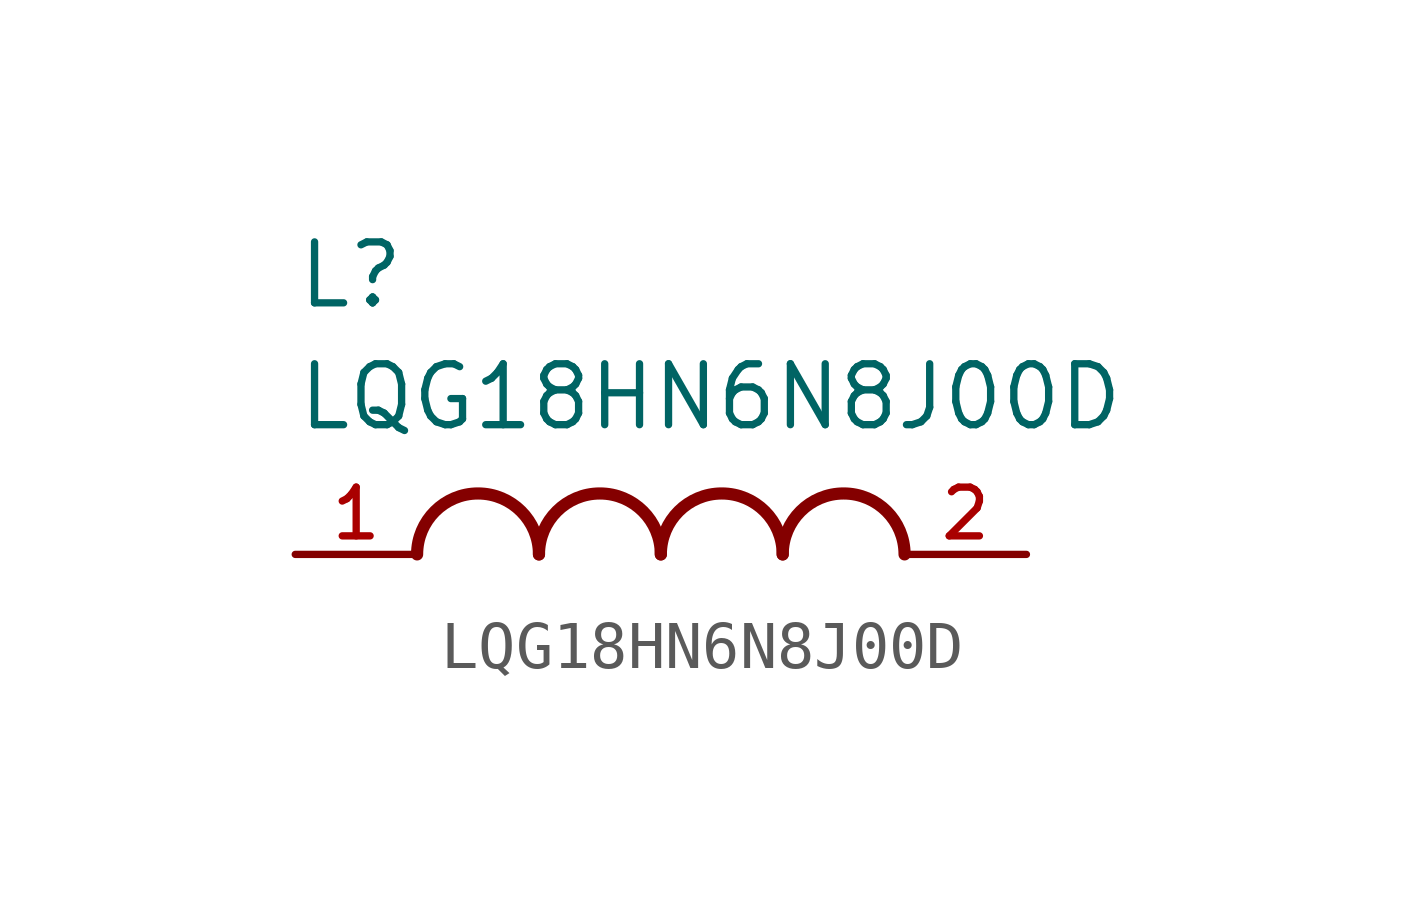
<source format=kicad_sym>
(kicad_symbol_lib
  (version 20211014)
  (generator kicad_symbol_editor)
  (symbol "LQG18HN6N8J00D"
    (pin_names
      (offset 1.016))
    (property "Reference" "L"
      (at -7.62 5.08 0)
      (effects (font (size 1.27 1.27)) (justify bottom left)))
    (property "Value" "LQG18HN6N8J00D"
      (at -7.62 2.54 0)
      (effects (font (size 1.27 1.27)) (justify bottom left)))
    (symbol "LQG18HN6N8J00D_0_0"
      (arc (start -2.54 0.0) (mid -3.81 1.27) (end -5.08 0.0) (stroke (width 0.254) (type default) (color 0 0 0 0)) (fill (type none)))
      (arc (start 0.0 0.0) (mid -1.27 1.27) (end -2.54 0.0) (stroke (width 0.254) (type default) (color 0 0 0 0)) (fill (type none)))
      (arc (start 2.54 0.0) (mid 1.27 1.27) (end 0.0 0.0) (stroke (width 0.254) (type default) (color 0 0 0 0)) (fill (type none)))
      (arc (start 5.08 0.0) (mid 3.81 1.27) (end 2.54 0.0) (stroke (width 0.254) (type default) (color 0 0 0 0)) (fill (type none)))
      (pin passive line (at -7.62 0.0 0) (length 2.54) (name "~" (effects (font (size 1.016 1.016)))) (number "1" (effects (font (size 1.016 1.016)))))
      (pin passive line (at 7.62 0.0 180.0) (length 2.54) (name "~" (effects (font (size 1.016 1.016)))) (number "2" (effects (font (size 1.016 1.016))))))))
</source>
